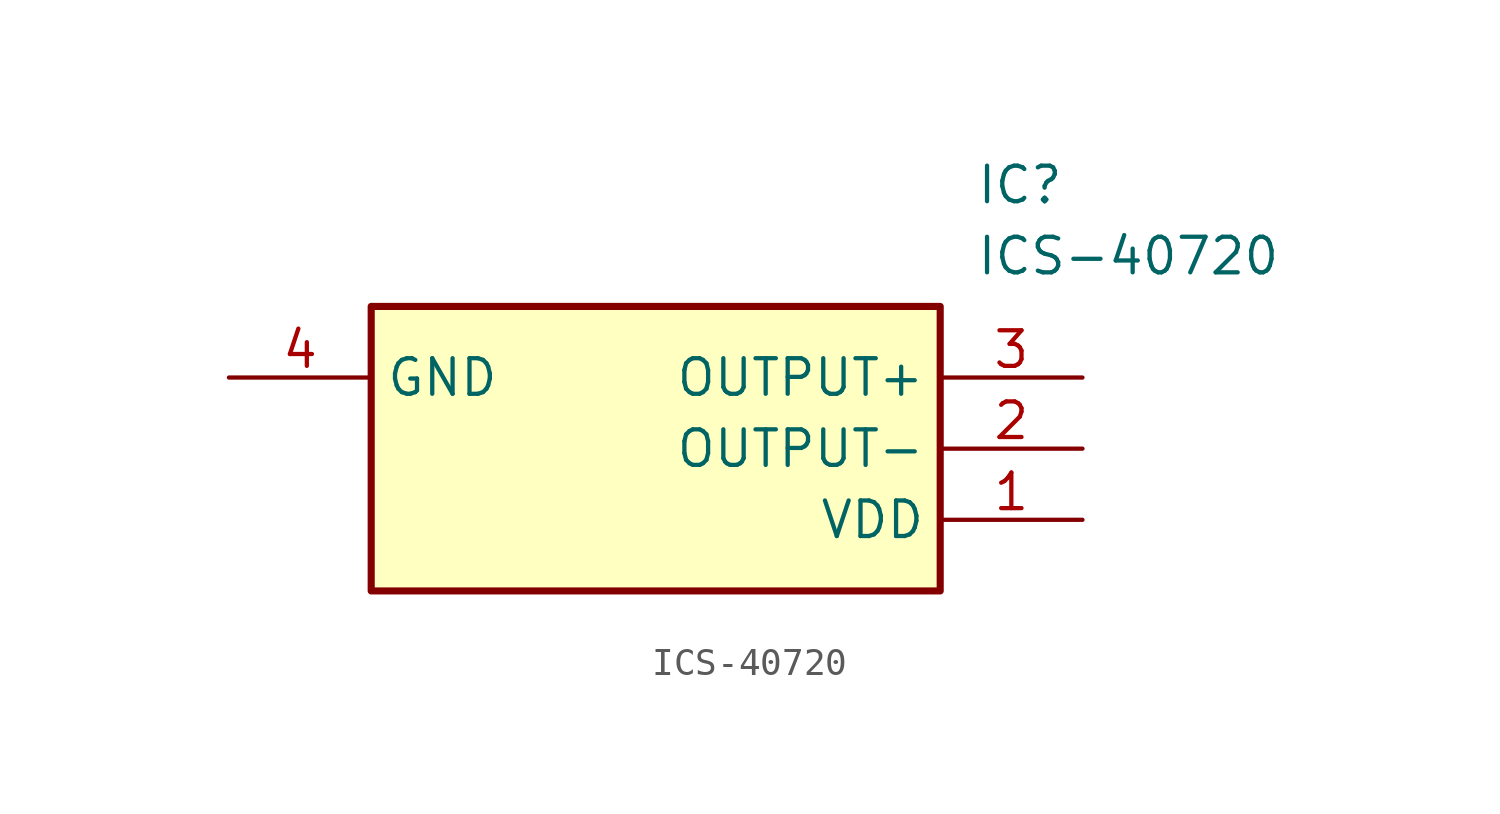
<source format=kicad_sym>
(kicad_symbol_lib
  (version 20211014)
  (generator SamacSys_ECAD_Model)
  (symbol "ICS-40720"
    (property "Reference" "IC"
      (at 26.67 7.62 0)
      (effects (font (size 1.27 1.27)) (justify left top)))
    (property "Value" "ICS-40720"
      (at 26.67 5.08 0)
      (effects (font (size 1.27 1.27)) (justify left top)))
    (rectangle
      (start 5.08 2.54)
      (end 25.4 -7.62)
      (stroke (width 0.254) (type default))
      (fill (type background)))
    (pin passive line
      (at 30.48 -5.08 180)
      (length 5.08)
      (name "VDD" (effects (font (size 1.27 1.27))))
      (number "1" (effects (font (size 1.27 1.27)))))
    (pin passive line
      (at 30.48 -2.54 180)
      (length 5.08)
      (name "OUTPUT-" (effects (font (size 1.27 1.27))))
      (number "2" (effects (font (size 1.27 1.27)))))
    (pin passive line
      (at 30.48 0 180)
      (length 5.08)
      (name "OUTPUT+" (effects (font (size 1.27 1.27))))
      (number "3" (effects (font (size 1.27 1.27)))))
    (pin passive line
      (at 0 0 0)
      (length 5.08)
      (name "GND" (effects (font (size 1.27 1.27))))
      (number "4" (effects (font (size 1.27 1.27)))))))
</source>
